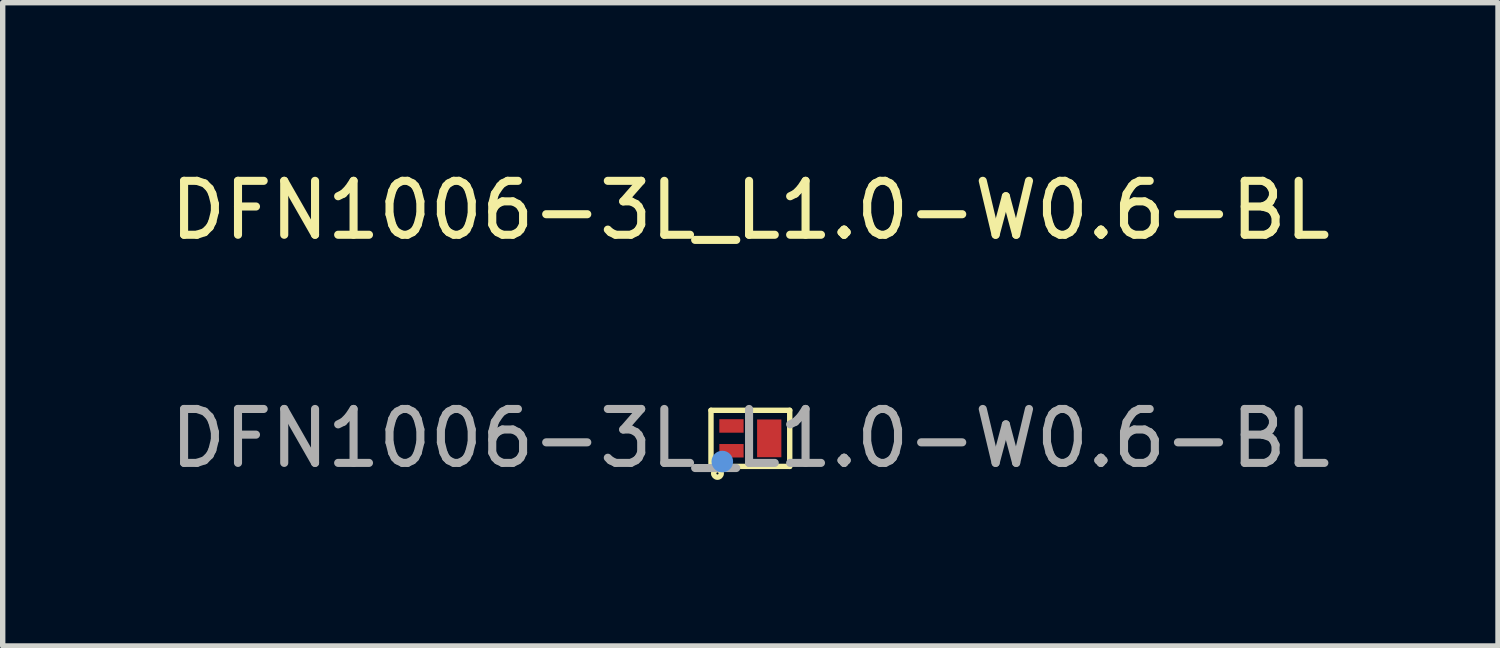
<source format=kicad_pcb>
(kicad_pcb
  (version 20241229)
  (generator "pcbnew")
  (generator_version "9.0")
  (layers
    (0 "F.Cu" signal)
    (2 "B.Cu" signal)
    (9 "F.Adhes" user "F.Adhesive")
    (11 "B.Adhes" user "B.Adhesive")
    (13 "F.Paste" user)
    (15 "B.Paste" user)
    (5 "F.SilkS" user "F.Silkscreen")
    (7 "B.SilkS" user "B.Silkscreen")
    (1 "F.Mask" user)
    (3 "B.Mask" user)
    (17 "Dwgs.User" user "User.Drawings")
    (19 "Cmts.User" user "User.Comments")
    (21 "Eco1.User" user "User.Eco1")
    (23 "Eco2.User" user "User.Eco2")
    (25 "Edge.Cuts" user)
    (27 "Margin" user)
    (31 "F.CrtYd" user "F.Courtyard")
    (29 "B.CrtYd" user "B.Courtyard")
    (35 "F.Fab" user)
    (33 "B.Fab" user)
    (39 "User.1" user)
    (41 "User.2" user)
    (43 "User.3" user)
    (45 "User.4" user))
  (footprint "DFN1006-3L_L1.0-W0.6-BL"
    (layer "F.Cu")
    (at 10.863 5.078)
    (property "Reference" "DFN1006-3L_L1.0-W0.6-BL" (at 0 -4.23 0) (layer "F.SilkS") (effects (font (size 1 1) (thickness 0.15))))
    (attr smd)
    (fp_line (start -0.73 -0.52) (end -0.73 0.52) (stroke (width 0.1) (type solid)) (layer "F.SilkS"))
    (fp_line (start -0.73 -0.52) (end 0.73 -0.52) (stroke (width 0.1) (type solid)) (layer "F.SilkS"))
    (fp_line (start -0.73 0.52) (end 0.73 0.52) (stroke (width 0.1) (type solid)) (layer "F.SilkS"))
    (fp_line (start 0.73 -0.52) (end 0.73 0.52) (stroke (width 0.1) (type solid)) (layer "F.SilkS"))
    (fp_circle (center -0.61 0.65) (end -0.59 0.65) (stroke (width 0.1) (type solid)) (fill no) (layer "F.SilkS"))
    (fp_circle (center -0.52 0.43) (end -0.42 0.43) (stroke (width 0.2) (type solid)) (fill no) (layer "Cmts.User"))
    (fp_circle (center -0.5 0.3) (end -0.47 0.3) (stroke (width 0.06) (type solid)) (fill no) (layer "F.Fab"))
    (fp_text user "${REFERENCE}" (at 0 0 0) (layer "F.Fab") (effects (font (size 1 1) (thickness 0.15))))
    (pad "1" smd rect (at -0.35 0.23 180) (size 0.45 0.25) (layers "F.Cu" "F.Mask" "F.Paste"))
    (pad "2" smd rect (at 0.35 0) (size 0.45 0.7) (layers "F.Cu" "F.Mask" "F.Paste"))
    (pad "3" smd rect (at -0.35 -0.23 180) (size 0.45 0.25) (layers "F.Cu" "F.Mask" "F.Paste")))
  (gr_rect
    (start -3 -3)
    (end 24.726 8.927)
    (stroke (width 0.1) (type default))
    (fill no)
    (layer "Edge.Cuts")))
</source>
